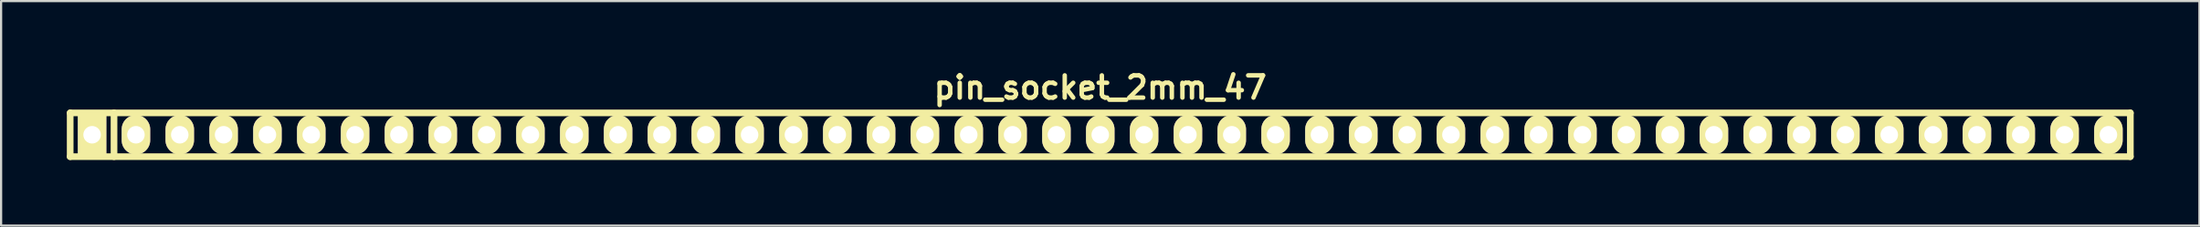
<source format=kicad_pcb>
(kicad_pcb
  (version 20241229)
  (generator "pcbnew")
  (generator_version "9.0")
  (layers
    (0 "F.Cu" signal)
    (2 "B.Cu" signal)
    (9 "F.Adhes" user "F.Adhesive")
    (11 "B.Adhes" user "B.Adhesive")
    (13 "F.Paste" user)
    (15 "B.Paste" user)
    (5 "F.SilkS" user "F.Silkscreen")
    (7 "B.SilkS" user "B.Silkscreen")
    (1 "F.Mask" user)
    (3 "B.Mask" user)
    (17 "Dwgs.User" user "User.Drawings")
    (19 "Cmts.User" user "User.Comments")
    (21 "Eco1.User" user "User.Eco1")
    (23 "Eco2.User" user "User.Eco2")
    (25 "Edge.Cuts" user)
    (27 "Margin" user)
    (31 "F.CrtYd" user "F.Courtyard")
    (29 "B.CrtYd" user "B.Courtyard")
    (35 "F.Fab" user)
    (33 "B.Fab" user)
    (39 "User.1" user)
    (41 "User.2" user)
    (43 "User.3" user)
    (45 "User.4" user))
  (footprint "pin_socket_2mm_47"
    (layer "F.Cu")
    (at 47.152 3.11)
    (property "Reference" "pin_socket_2mm_47" (at 0 -2.159 0) (layer "F.SilkS") (effects (font (size 1.016 1.016) (thickness 0.203))))
    (attr through_hole)
    (fp_line (start -47 -1) (end 47 -1) (stroke (width 0.305) (type solid)) (layer "F.SilkS"))
    (fp_line (start -47 1) (end -47 -1) (stroke (width 0.305) (type solid)) (layer "F.SilkS"))
    (fp_line (start -45 -1) (end -45 1) (stroke (width 0.305) (type solid)) (layer "F.SilkS"))
    (fp_line (start 47 -1) (end 47 1) (stroke (width 0.305) (type solid)) (layer "F.SilkS"))
    (fp_line (start 47 1) (end -47 1) (stroke (width 0.305) (type solid)) (layer "F.SilkS"))
    (pad "1" thru_hole rect (at -46 0) (size 1.3 1.8) (drill 0.8) (layers "*.Cu" "*.Mask" "F.SilkS"))
    (pad "2" thru_hole oval (at -44 0) (size 1.3 1.8) (drill 0.8) (layers "*.Cu" "*.Mask" "F.SilkS"))
    (pad "3" thru_hole oval (at -42 0) (size 1.3 1.8) (drill 0.8) (layers "*.Cu" "*.Mask" "F.SilkS"))
    (pad "4" thru_hole oval (at -40 0) (size 1.3 1.8) (drill 0.8) (layers "*.Cu" "*.Mask" "F.SilkS"))
    (pad "5" thru_hole oval (at -38 0) (size 1.3 1.8) (drill 0.8) (layers "*.Cu" "*.Mask" "F.SilkS"))
    (pad "6" thru_hole oval (at -36 0) (size 1.3 1.8) (drill 0.8) (layers "*.Cu" "*.Mask" "F.SilkS"))
    (pad "7" thru_hole oval (at -34 0) (size 1.3 1.8) (drill 0.8) (layers "*.Cu" "*.Mask" "F.SilkS"))
    (pad "8" thru_hole oval (at -32 0) (size 1.3 1.8) (drill 0.8) (layers "*.Cu" "*.Mask" "F.SilkS"))
    (pad "9" thru_hole oval (at -30 0) (size 1.3 1.8) (drill 0.8) (layers "*.Cu" "*.Mask" "F.SilkS"))
    (pad "10" thru_hole oval (at -28 0) (size 1.3 1.8) (drill 0.8) (layers "*.Cu" "*.Mask" "F.SilkS"))
    (pad "11" thru_hole oval (at -26 0) (size 1.3 1.8) (drill 0.8) (layers "*.Cu" "*.Mask" "F.SilkS"))
    (pad "12" thru_hole oval (at -24 0) (size 1.3 1.8) (drill 0.8) (layers "*.Cu" "*.Mask" "F.SilkS"))
    (pad "13" thru_hole oval (at -22 0) (size 1.3 1.8) (drill 0.8) (layers "*.Cu" "*.Mask" "F.SilkS"))
    (pad "14" thru_hole oval (at -20 0) (size 1.3 1.8) (drill 0.8) (layers "*.Cu" "*.Mask" "F.SilkS"))
    (pad "15" thru_hole oval (at -18 0) (size 1.3 1.8) (drill 0.8) (layers "*.Cu" "*.Mask" "F.SilkS"))
    (pad "16" thru_hole oval (at -16 0) (size 1.3 1.8) (drill 0.8) (layers "*.Cu" "*.Mask" "F.SilkS"))
    (pad "17" thru_hole oval (at -14 0) (size 1.3 1.8) (drill 0.8) (layers "*.Cu" "*.Mask" "F.SilkS"))
    (pad "18" thru_hole oval (at -12 0) (size 1.3 1.8) (drill 0.8) (layers "*.Cu" "*.Mask" "F.SilkS"))
    (pad "19" thru_hole oval (at -10 0) (size 1.3 1.8) (drill 0.8) (layers "*.Cu" "*.Mask" "F.SilkS"))
    (pad "20" thru_hole oval (at -8 0) (size 1.3 1.8) (drill 0.8) (layers "*.Cu" "*.Mask" "F.SilkS"))
    (pad "21" thru_hole oval (at -6 0) (size 1.3 1.8) (drill 0.8) (layers "*.Cu" "*.Mask" "F.SilkS"))
    (pad "22" thru_hole oval (at -4 0) (size 1.3 1.8) (drill 0.8) (layers "*.Cu" "*.Mask" "F.SilkS"))
    (pad "23" thru_hole oval (at -2 0) (size 1.3 1.8) (drill 0.8) (layers "*.Cu" "*.Mask" "F.SilkS"))
    (pad "24" thru_hole oval (at 0 0) (size 1.3 1.8) (drill 0.8) (layers "*.Cu" "*.Mask" "F.SilkS"))
    (pad "25" thru_hole oval (at 2 0) (size 1.3 1.8) (drill 0.8) (layers "*.Cu" "*.Mask" "F.SilkS"))
    (pad "26" thru_hole oval (at 4 0) (size 1.3 1.8) (drill 0.8) (layers "*.Cu" "*.Mask" "F.SilkS"))
    (pad "27" thru_hole oval (at 6 0) (size 1.3 1.8) (drill 0.8) (layers "*.Cu" "*.Mask" "F.SilkS"))
    (pad "28" thru_hole oval (at 8 0) (size 1.3 1.8) (drill 0.8) (layers "*.Cu" "*.Mask" "F.SilkS"))
    (pad "29" thru_hole oval (at 10 0) (size 1.3 1.8) (drill 0.8) (layers "*.Cu" "*.Mask" "F.SilkS"))
    (pad "30" thru_hole oval (at 12 0) (size 1.3 1.8) (drill 0.8) (layers "*.Cu" "*.Mask" "F.SilkS"))
    (pad "31" thru_hole oval (at 14 0) (size 1.3 1.8) (drill 0.8) (layers "*.Cu" "*.Mask" "F.SilkS"))
    (pad "32" thru_hole oval (at 16 0) (size 1.3 1.8) (drill 0.8) (layers "*.Cu" "*.Mask" "F.SilkS"))
    (pad "33" thru_hole oval (at 18 0) (size 1.3 1.8) (drill 0.8) (layers "*.Cu" "*.Mask" "F.SilkS"))
    (pad "34" thru_hole oval (at 20 0) (size 1.3 1.8) (drill 0.8) (layers "*.Cu" "*.Mask" "F.SilkS"))
    (pad "35" thru_hole oval (at 22 0) (size 1.3 1.8) (drill 0.8) (layers "*.Cu" "*.Mask" "F.SilkS"))
    (pad "36" thru_hole oval (at 24 0) (size 1.3 1.8) (drill 0.8) (layers "*.Cu" "*.Mask" "F.SilkS"))
    (pad "37" thru_hole oval (at 26 0) (size 1.3 1.8) (drill 0.8) (layers "*.Cu" "*.Mask" "F.SilkS"))
    (pad "38" thru_hole oval (at 28 0) (size 1.3 1.8) (drill 0.8) (layers "*.Cu" "*.Mask" "F.SilkS"))
    (pad "39" thru_hole oval (at 30 0) (size 1.3 1.8) (drill 0.8) (layers "*.Cu" "*.Mask" "F.SilkS"))
    (pad "40" thru_hole oval (at 32 0) (size 1.3 1.8) (drill 0.8) (layers "*.Cu" "*.Mask" "F.SilkS"))
    (pad "41" thru_hole oval (at 34 0) (size 1.3 1.8) (drill 0.8) (layers "*.Cu" "*.Mask" "F.SilkS"))
    (pad "42" thru_hole oval (at 36 0) (size 1.3 1.8) (drill 0.8) (layers "*.Cu" "*.Mask" "F.SilkS"))
    (pad "43" thru_hole oval (at 38 0) (size 1.3 1.8) (drill 0.8) (layers "*.Cu" "*.Mask" "F.SilkS"))
    (pad "44" thru_hole oval (at 40 0) (size 1.3 1.8) (drill 0.8) (layers "*.Cu" "*.Mask" "F.SilkS"))
    (pad "45" thru_hole oval (at 42 0) (size 1.3 1.8) (drill 0.8) (layers "*.Cu" "*.Mask" "F.SilkS"))
    (pad "46" thru_hole oval (at 44 0) (size 1.3 1.8) (drill 0.8) (layers "*.Cu" "*.Mask" "F.SilkS"))
    (pad "47" thru_hole oval (at 46 0) (size 1.3 1.8) (drill 0.8) (layers "*.Cu" "*.Mask" "F.SilkS")))
  (gr_rect
    (start -3 -3)
    (end 97.305 7.262)
    (stroke (width 0.1) (type default))
    (fill no)
    (layer "Edge.Cuts")))
</source>
